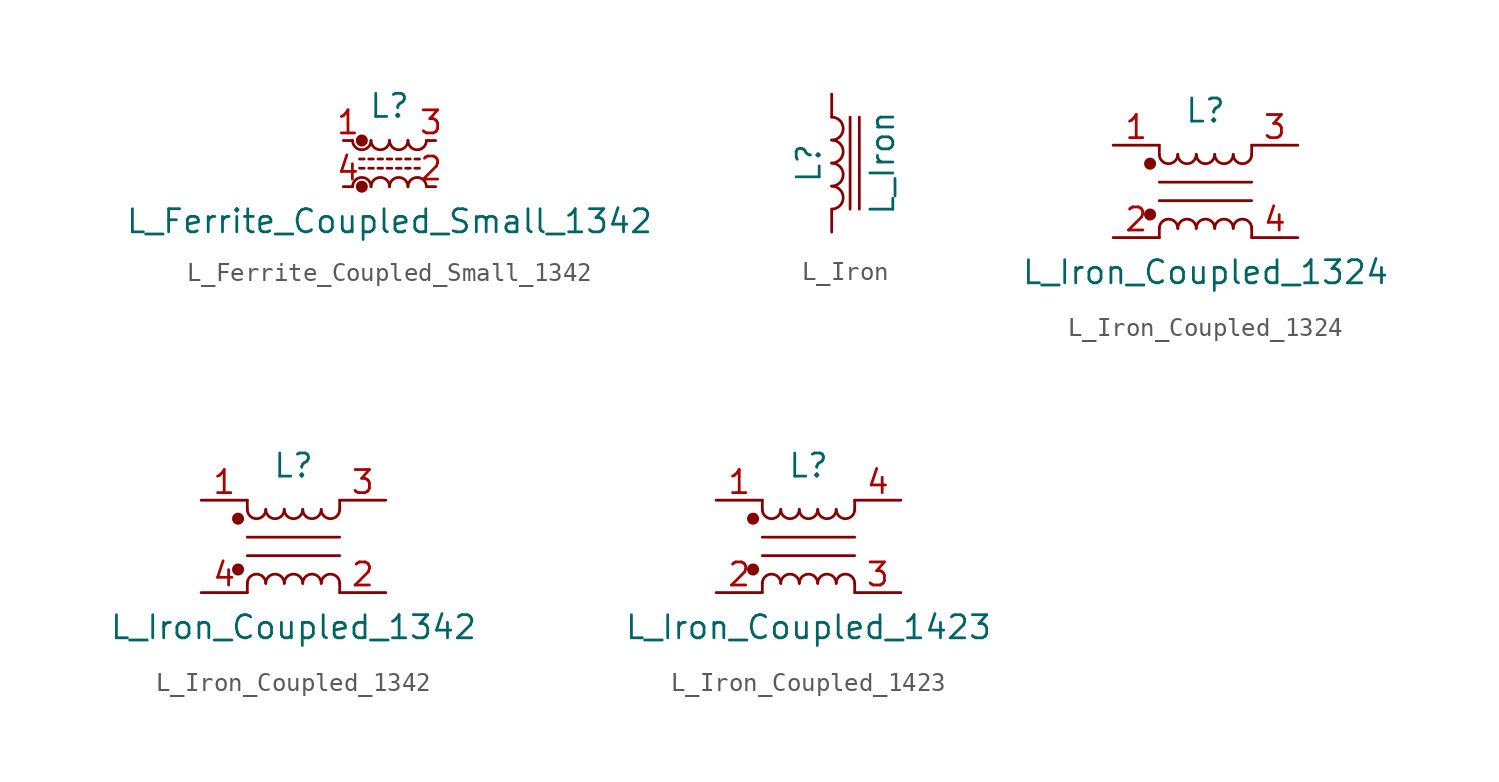
<source format=kicad_sym>
(kicad_symbol_lib
  (version 20211014)
  (generator kicad_symbol_editor)
  (symbol "L_Ferrite_Coupled_Small_1342"
    (pin_names
      (offset 0.254) hide)
    (property "Reference" "L"
      (at 0 3.175 0)
      (effects (font (size 1.27 1.27))))
    (property "Value" "L_Ferrite_Coupled_Small_1342"
      (at 0 -3.175 0)
      (effects (font (size 1.27 1.27))))
    (symbol "L_Ferrite_Coupled_Small_1342_0_1"
      (arc (start -2.032 1.27) (mid -1.524 0.762) (end -1.016 1.27) (stroke (width 0) (type default) (color 0 0 0 0)) (fill (type none)))
      (circle (center -1.524 -1.27) (radius 0.254) (stroke (width 0) (type default) (color 0 0 0 0)) (fill (type outline)))
      (circle (center -1.524 1.27) (radius 0.254) (stroke (width 0) (type default) (color 0 0 0 0)) (fill (type outline)))
      (arc (start -1.016 -1.27) (mid -1.524 -0.762) (end -2.032 -1.27) (stroke (width 0) (type default) (color 0 0 0 0)) (fill (type none)))
      (arc (start -1.016 1.27) (mid -0.508 0.762) (end 0 1.27) (stroke (width 0) (type default) (color 0 0 0 0)) (fill (type none)))
      (arc (start 0 -1.27) (mid -0.508 -0.762) (end -1.016 -1.27) (stroke (width 0) (type default) (color 0 0 0 0)) (fill (type none)))
      (polyline (pts (xy -1.651 0.254) (xy -1.397 0.254)) (stroke (width 0) (type default) (color 0 0 0 0)) (fill (type none)))
      (polyline (pts (xy -1.397 -0.254) (xy -1.651 -0.254)) (stroke (width 0) (type default) (color 0 0 0 0)) (fill (type none)))
      (polyline (pts (xy -1.143 0.254) (xy -0.889 0.254)) (stroke (width 0) (type default) (color 0 0 0 0)) (fill (type none)))
      (polyline (pts (xy -0.889 -0.254) (xy -1.143 -0.254)) (stroke (width 0) (type default) (color 0 0 0 0)) (fill (type none)))
      (polyline (pts (xy -0.635 0.254) (xy -0.381 0.254)) (stroke (width 0) (type default) (color 0 0 0 0)) (fill (type none)))
      (polyline (pts (xy -0.381 -0.254) (xy -0.635 -0.254)) (stroke (width 0) (type default) (color 0 0 0 0)) (fill (type none)))
      (polyline (pts (xy -0.127 0.254) (xy 0.127 0.254)) (stroke (width 0) (type default) (color 0 0 0 0)) (fill (type none)))
      (polyline (pts (xy 0.127 -0.254) (xy -0.127 -0.254)) (stroke (width 0) (type default) (color 0 0 0 0)) (fill (type none)))
      (polyline (pts (xy 0.381 0.254) (xy 0.635 0.254)) (stroke (width 0) (type default) (color 0 0 0 0)) (fill (type none)))
      (polyline (pts (xy 0.635 -0.254) (xy 0.381 -0.254)) (stroke (width 0) (type default) (color 0 0 0 0)) (fill (type none)))
      (polyline (pts (xy 0.889 0.254) (xy 1.143 0.254)) (stroke (width 0) (type default) (color 0 0 0 0)) (fill (type none)))
      (polyline (pts (xy 1.143 -0.254) (xy 0.889 -0.254)) (stroke (width 0) (type default) (color 0 0 0 0)) (fill (type none)))
      (polyline (pts (xy 1.397 0.254) (xy 1.651 0.254)) (stroke (width 0) (type default) (color 0 0 0 0)) (fill (type none)))
      (polyline (pts (xy 1.651 -0.254) (xy 1.397 -0.254)) (stroke (width 0) (type default) (color 0 0 0 0)) (fill (type none)))
      (arc (start 0 1.27) (mid 0.508 0.762) (end 1.016 1.27) (stroke (width 0) (type default) (color 0 0 0 0)) (fill (type none)))
      (arc (start 1.016 -1.27) (mid 0.508 -0.762) (end 0 -1.27) (stroke (width 0) (type default) (color 0 0 0 0)) (fill (type none)))
      (arc (start 1.016 1.27) (mid 1.524 0.762) (end 2.032 1.27) (stroke (width 0) (type default) (color 0 0 0 0)) (fill (type none)))
      (arc (start 2.032 -1.27) (mid 1.524 -0.762) (end 1.016 -1.27) (stroke (width 0) (type default) (color 0 0 0 0)) (fill (type none))))
    (symbol "L_Ferrite_Coupled_Small_1342_1_1"
      (pin passive line (at -2.54 1.27 0) (length 0.508) (name "1" (effects (font (size 1.27 1.27)))) (number "1" (effects (font (size 1.27 1.27)))))
      (pin passive line (at 2.54 -1.27 180) (length 0.508) (name "2" (effects (font (size 1.27 1.27)))) (number "2" (effects (font (size 1.27 1.27)))))
      (pin passive line (at 2.54 1.27 180) (length 0.508) (name "3" (effects (font (size 1.27 1.27)))) (number "3" (effects (font (size 1.27 1.27)))))
      (pin passive line (at -2.54 -1.27 0) (length 0.508) (name "4" (effects (font (size 1.27 1.27)))) (number "4" (effects (font (size 1.27 1.27)))))))
  (symbol "L_Iron"
    (pin_numbers hide)
    (pin_names
      (offset 1.016) hide)
    (property "Reference" "L"
      (at -1.27 0 90)
      (effects (font (size 1.27 1.27))))
    (property "Value" "L_Iron"
      (at 2.794 0 90)
      (effects (font (size 1.27 1.27))))
    (symbol "L_Iron_0_1"
      (arc (start 0 -2.54) (mid 0.635 -1.905) (end 0 -1.27) (stroke (width 0) (type default) (color 0 0 0 0)) (fill (type none)))
      (arc (start 0 -1.27) (mid 0.635 -0.635) (end 0 0) (stroke (width 0) (type default) (color 0 0 0 0)) (fill (type none)))
      (polyline (pts (xy 1.016 2.54) (xy 1.016 -2.54)) (stroke (width 0) (type default) (color 0 0 0 0)) (fill (type none)))
      (polyline (pts (xy 1.524 -2.54) (xy 1.524 2.54)) (stroke (width 0) (type default) (color 0 0 0 0)) (fill (type none)))
      (arc (start 0 0) (mid 0.635 0.635) (end 0 1.27) (stroke (width 0) (type default) (color 0 0 0 0)) (fill (type none)))
      (arc (start 0 1.27) (mid 0.635 1.905) (end 0 2.54) (stroke (width 0) (type default) (color 0 0 0 0)) (fill (type none))))
    (symbol "L_Iron_1_1"
      (pin passive line (at 0 3.81 270) (length 1.27) (name "1" (effects (font (size 1.27 1.27)))) (number "1" (effects (font (size 1.27 1.27)))))
      (pin passive line (at 0 -3.81 90) (length 1.27) (name "2" (effects (font (size 1.27 1.27)))) (number "2" (effects (font (size 1.27 1.27)))))))
  (symbol "L_Iron_Coupled_1324"
    (pin_names
      (offset 0.254) hide)
    (property "Reference" "L"
      (at 0 4.445 0)
      (effects (font (size 1.27 1.27))))
    (property "Value" "L_Iron_Coupled_1324"
      (at 0 -4.445 0)
      (effects (font (size 1.27 1.27))))
    (symbol "L_Iron_Coupled_1324_0_1"
      (circle (center -3.048 -1.27) (radius 0.254) (stroke (width 0) (type default) (color 0 0 0 0)) (fill (type outline)))
      (circle (center -3.048 1.524) (radius 0.254) (stroke (width 0) (type default) (color 0 0 0 0)) (fill (type outline)))
      (arc (start -2.54 2.032) (mid -2.032 1.524) (end -1.524 2.032) (stroke (width 0) (type default) (color 0 0 0 0)) (fill (type none)))
      (arc (start -1.524 -2.032) (mid -2.032 -1.524) (end -2.54 -2.032) (stroke (width 0) (type default) (color 0 0 0 0)) (fill (type none)))
      (arc (start -1.524 2.032) (mid -1.016 1.524) (end -0.508 2.032) (stroke (width 0) (type default) (color 0 0 0 0)) (fill (type none)))
      (arc (start -0.508 -2.032) (mid -1.016 -1.524) (end -1.524 -2.032) (stroke (width 0) (type default) (color 0 0 0 0)) (fill (type none)))
      (arc (start -0.508 2.032) (mid 0 1.524) (end 0.508 2.032) (stroke (width 0) (type default) (color 0 0 0 0)) (fill (type none)))
      (polyline (pts (xy -2.54 -2.032) (xy -2.54 -2.54)) (stroke (width 0) (type default) (color 0 0 0 0)) (fill (type none)))
      (polyline (pts (xy -2.54 0.508) (xy 2.54 0.508)) (stroke (width 0) (type default) (color 0 0 0 0)) (fill (type none)))
      (polyline (pts (xy -2.54 2.032) (xy -2.54 2.54)) (stroke (width 0) (type default) (color 0 0 0 0)) (fill (type none)))
      (polyline (pts (xy 2.54 -2.032) (xy 2.54 -2.54)) (stroke (width 0) (type default) (color 0 0 0 0)) (fill (type none)))
      (polyline (pts (xy 2.54 -0.508) (xy -2.54 -0.508)) (stroke (width 0) (type default) (color 0 0 0 0)) (fill (type none)))
      (polyline (pts (xy 2.54 2.54) (xy 2.54 2.032)) (stroke (width 0) (type default) (color 0 0 0 0)) (fill (type none)))
      (arc (start 0.508 -2.032) (mid 0 -1.524) (end -0.508 -2.032) (stroke (width 0) (type default) (color 0 0 0 0)) (fill (type none)))
      (arc (start 0.508 2.032) (mid 1.016 1.524) (end 1.524 2.032) (stroke (width 0) (type default) (color 0 0 0 0)) (fill (type none)))
      (arc (start 1.524 -2.032) (mid 1.016 -1.524) (end 0.508 -2.032) (stroke (width 0) (type default) (color 0 0 0 0)) (fill (type none)))
      (arc (start 1.524 2.032) (mid 2.032 1.524) (end 2.54 2.032) (stroke (width 0) (type default) (color 0 0 0 0)) (fill (type none)))
      (arc (start 2.54 -2.032) (mid 2.032 -1.524) (end 1.524 -2.032) (stroke (width 0) (type default) (color 0 0 0 0)) (fill (type none))))
    (symbol "L_Iron_Coupled_1324_1_1"
      (pin passive line (at -5.08 2.54 0) (length 2.54) (name "1" (effects (font (size 1.27 1.27)))) (number "1" (effects (font (size 1.27 1.27)))))
      (pin passive line (at -5.08 -2.54 0) (length 2.54) (name "2" (effects (font (size 1.27 1.27)))) (number "2" (effects (font (size 1.27 1.27)))))
      (pin passive line (at 5.08 2.54 180) (length 2.54) (name "3" (effects (font (size 1.27 1.27)))) (number "3" (effects (font (size 1.27 1.27)))))
      (pin passive line (at 5.08 -2.54 180) (length 2.54) (name "4" (effects (font (size 1.27 1.27)))) (number "4" (effects (font (size 1.27 1.27)))))))
  (symbol "L_Iron_Coupled_1342"
    (pin_names
      (offset 0.254) hide)
    (property "Reference" "L"
      (at 0 4.445 0)
      (effects (font (size 1.27 1.27))))
    (property "Value" "L_Iron_Coupled_1342"
      (at 0 -4.445 0)
      (effects (font (size 1.27 1.27))))
    (symbol "L_Iron_Coupled_1342_0_1"
      (circle (center -3.048 -1.27) (radius 0.254) (stroke (width 0) (type default) (color 0 0 0 0)) (fill (type outline)))
      (circle (center -3.048 1.524) (radius 0.254) (stroke (width 0) (type default) (color 0 0 0 0)) (fill (type outline)))
      (arc (start -2.54 2.032) (mid -2.032 1.524) (end -1.524 2.032) (stroke (width 0) (type default) (color 0 0 0 0)) (fill (type none)))
      (arc (start -1.524 -2.032) (mid -2.032 -1.524) (end -2.54 -2.032) (stroke (width 0) (type default) (color 0 0 0 0)) (fill (type none)))
      (arc (start -1.524 2.032) (mid -1.016 1.524) (end -0.508 2.032) (stroke (width 0) (type default) (color 0 0 0 0)) (fill (type none)))
      (arc (start -0.508 -2.032) (mid -1.016 -1.524) (end -1.524 -2.032) (stroke (width 0) (type default) (color 0 0 0 0)) (fill (type none)))
      (arc (start -0.508 2.032) (mid 0 1.524) (end 0.508 2.032) (stroke (width 0) (type default) (color 0 0 0 0)) (fill (type none)))
      (polyline (pts (xy -2.54 -2.032) (xy -2.54 -2.54)) (stroke (width 0) (type default) (color 0 0 0 0)) (fill (type none)))
      (polyline (pts (xy -2.54 0.508) (xy 2.54 0.508)) (stroke (width 0) (type default) (color 0 0 0 0)) (fill (type none)))
      (polyline (pts (xy -2.54 2.032) (xy -2.54 2.54)) (stroke (width 0) (type default) (color 0 0 0 0)) (fill (type none)))
      (polyline (pts (xy 2.54 -2.032) (xy 2.54 -2.54)) (stroke (width 0) (type default) (color 0 0 0 0)) (fill (type none)))
      (polyline (pts (xy 2.54 -0.508) (xy -2.54 -0.508)) (stroke (width 0) (type default) (color 0 0 0 0)) (fill (type none)))
      (polyline (pts (xy 2.54 2.54) (xy 2.54 2.032)) (stroke (width 0) (type default) (color 0 0 0 0)) (fill (type none)))
      (arc (start 0.508 -2.032) (mid 0 -1.524) (end -0.508 -2.032) (stroke (width 0) (type default) (color 0 0 0 0)) (fill (type none)))
      (arc (start 0.508 2.032) (mid 1.016 1.524) (end 1.524 2.032) (stroke (width 0) (type default) (color 0 0 0 0)) (fill (type none)))
      (arc (start 1.524 -2.032) (mid 1.016 -1.524) (end 0.508 -2.032) (stroke (width 0) (type default) (color 0 0 0 0)) (fill (type none)))
      (arc (start 1.524 2.032) (mid 2.032 1.524) (end 2.54 2.032) (stroke (width 0) (type default) (color 0 0 0 0)) (fill (type none)))
      (arc (start 2.54 -2.032) (mid 2.032 -1.524) (end 1.524 -2.032) (stroke (width 0) (type default) (color 0 0 0 0)) (fill (type none))))
    (symbol "L_Iron_Coupled_1342_1_1"
      (pin passive line (at -5.08 2.54 0) (length 2.54) (name "1" (effects (font (size 1.27 1.27)))) (number "1" (effects (font (size 1.27 1.27)))))
      (pin passive line (at 5.08 -2.54 180) (length 2.54) (name "2" (effects (font (size 1.27 1.27)))) (number "2" (effects (font (size 1.27 1.27)))))
      (pin passive line (at 5.08 2.54 180) (length 2.54) (name "3" (effects (font (size 1.27 1.27)))) (number "3" (effects (font (size 1.27 1.27)))))
      (pin passive line (at -5.08 -2.54 0) (length 2.54) (name "4" (effects (font (size 1.27 1.27)))) (number "4" (effects (font (size 1.27 1.27)))))))
  (symbol "L_Iron_Coupled_1423"
    (pin_names
      (offset 0.254) hide)
    (property "Reference" "L"
      (at 0 4.445 0)
      (effects (font (size 1.27 1.27))))
    (property "Value" "L_Iron_Coupled_1423"
      (at 0 -4.445 0)
      (effects (font (size 1.27 1.27))))
    (symbol "L_Iron_Coupled_1423_0_1"
      (circle (center -3.048 -1.27) (radius 0.254) (stroke (width 0) (type default) (color 0 0 0 0)) (fill (type outline)))
      (circle (center -3.048 1.524) (radius 0.254) (stroke (width 0) (type default) (color 0 0 0 0)) (fill (type outline)))
      (arc (start -2.54 2.032) (mid -2.032 1.524) (end -1.524 2.032) (stroke (width 0) (type default) (color 0 0 0 0)) (fill (type none)))
      (arc (start -1.524 -2.032) (mid -2.032 -1.524) (end -2.54 -2.032) (stroke (width 0) (type default) (color 0 0 0 0)) (fill (type none)))
      (arc (start -1.524 2.032) (mid -1.016 1.524) (end -0.508 2.032) (stroke (width 0) (type default) (color 0 0 0 0)) (fill (type none)))
      (arc (start -0.508 -2.032) (mid -1.016 -1.524) (end -1.524 -2.032) (stroke (width 0) (type default) (color 0 0 0 0)) (fill (type none)))
      (arc (start -0.508 2.032) (mid 0 1.524) (end 0.508 2.032) (stroke (width 0) (type default) (color 0 0 0 0)) (fill (type none)))
      (polyline (pts (xy -2.54 -2.032) (xy -2.54 -2.54)) (stroke (width 0) (type default) (color 0 0 0 0)) (fill (type none)))
      (polyline (pts (xy -2.54 0.508) (xy 2.54 0.508)) (stroke (width 0) (type default) (color 0 0 0 0)) (fill (type none)))
      (polyline (pts (xy -2.54 2.032) (xy -2.54 2.54)) (stroke (width 0) (type default) (color 0 0 0 0)) (fill (type none)))
      (polyline (pts (xy 2.54 -2.032) (xy 2.54 -2.54)) (stroke (width 0) (type default) (color 0 0 0 0)) (fill (type none)))
      (polyline (pts (xy 2.54 -0.508) (xy -2.54 -0.508)) (stroke (width 0) (type default) (color 0 0 0 0)) (fill (type none)))
      (polyline (pts (xy 2.54 2.54) (xy 2.54 2.032)) (stroke (width 0) (type default) (color 0 0 0 0)) (fill (type none)))
      (arc (start 0.508 -2.032) (mid 0 -1.524) (end -0.508 -2.032) (stroke (width 0) (type default) (color 0 0 0 0)) (fill (type none)))
      (arc (start 0.508 2.032) (mid 1.016 1.524) (end 1.524 2.032) (stroke (width 0) (type default) (color 0 0 0 0)) (fill (type none)))
      (arc (start 1.524 -2.032) (mid 1.016 -1.524) (end 0.508 -2.032) (stroke (width 0) (type default) (color 0 0 0 0)) (fill (type none)))
      (arc (start 1.524 2.032) (mid 2.032 1.524) (end 2.54 2.032) (stroke (width 0) (type default) (color 0 0 0 0)) (fill (type none)))
      (arc (start 2.54 -2.032) (mid 2.032 -1.524) (end 1.524 -2.032) (stroke (width 0) (type default) (color 0 0 0 0)) (fill (type none))))
    (symbol "L_Iron_Coupled_1423_1_1"
      (pin passive line (at -5.08 2.54 0) (length 2.54) (name "1" (effects (font (size 1.27 1.27)))) (number "1" (effects (font (size 1.27 1.27)))))
      (pin passive line (at -5.08 -2.54 0) (length 2.54) (name "2" (effects (font (size 1.27 1.27)))) (number "2" (effects (font (size 1.27 1.27)))))
      (pin passive line (at 5.08 -2.54 180) (length 2.54) (name "3" (effects (font (size 1.27 1.27)))) (number "3" (effects (font (size 1.27 1.27)))))
      (pin passive line (at 5.08 2.54 180) (length 2.54) (name "4" (effects (font (size 1.27 1.27)))) (number "4" (effects (font (size 1.27 1.27))))))))
</source>
